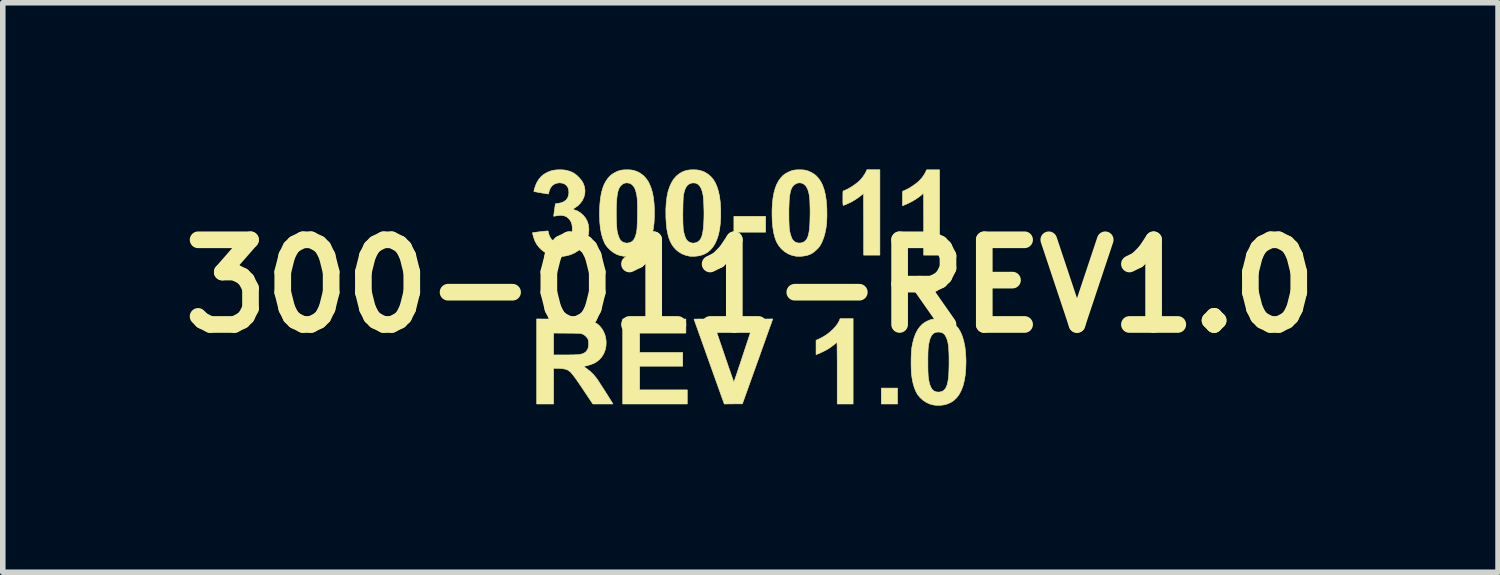
<source format=kicad_pcb>
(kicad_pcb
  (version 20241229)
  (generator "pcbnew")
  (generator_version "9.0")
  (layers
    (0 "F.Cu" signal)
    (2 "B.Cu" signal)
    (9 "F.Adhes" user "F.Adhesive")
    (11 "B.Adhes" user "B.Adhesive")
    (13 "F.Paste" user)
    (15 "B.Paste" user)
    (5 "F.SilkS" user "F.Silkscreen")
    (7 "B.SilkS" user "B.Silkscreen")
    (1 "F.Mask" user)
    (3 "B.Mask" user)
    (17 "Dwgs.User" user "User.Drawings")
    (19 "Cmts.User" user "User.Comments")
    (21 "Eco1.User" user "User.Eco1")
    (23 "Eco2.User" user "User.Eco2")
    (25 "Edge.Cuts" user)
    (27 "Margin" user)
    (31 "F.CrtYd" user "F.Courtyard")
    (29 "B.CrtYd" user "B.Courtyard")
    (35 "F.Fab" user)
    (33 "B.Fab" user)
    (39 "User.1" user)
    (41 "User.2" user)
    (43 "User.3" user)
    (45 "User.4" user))
  (footprint "300-011-REV1.0"
    (layer "F.Cu")
    (at 10.458 2.101)
    (property "Reference" "300-011-REV1.0" (at 0 0 0) (layer "F.SilkS") (effects (font (size 1.524 1.524) (thickness 0.3))))
    (attr through_hole)
    (fp_poly (pts (xy 0.273 -0.972) (xy -0.298 -0.972) (xy -0.298 -1.257) (xy 0.273 -1.257) (xy 0.273 -0.972)) (stroke (width 0.01) (type solid)) (fill yes) (layer "F.SilkS"))
    (fp_poly (pts (xy 2.648 2.121) (xy 2.356 2.121) (xy 2.356 1.835) (xy 2.648 1.835) (xy 2.648 2.121)) (stroke (width 0.01) (type solid)) (fill yes) (layer "F.SilkS"))
    (fp_poly (pts (xy -1.162 0.845) (xy -1.994 0.845) (xy -1.994 1.194) (xy -1.219 1.194) (xy -1.219 1.441) (xy -1.994 1.441) (xy -1.994 1.867) (xy -1.137 1.867) (xy -1.137 2.121) (xy -2.299 2.121) (xy -2.299 0.591) (xy -1.162 0.591) (xy -1.162 0.845)) (stroke (width 0.01) (type solid)) (fill yes) (layer "F.SilkS"))
    (fp_poly (pts (xy 1.848 2.121) (xy 1.562 2.121) (xy 1.562 1.565) (xy 1.562 1.482) (xy 1.562 1.403) (xy 1.562 1.329) (xy 1.561 1.26) (xy 1.561 1.198) (xy 1.56 1.143) (xy 1.56 1.096) (xy 1.559 1.058) (xy 1.558 1.031) (xy 1.557 1.014) (xy 1.557 1.01) (xy 1.549 1.014) (xy 1.539 1.023) (xy 1.527 1.035) (xy 1.507 1.051) (xy 1.482 1.071) (xy 1.455 1.091) (xy 1.428 1.11) (xy 1.404 1.126) (xy 1.4 1.129) (xy 1.368 1.147) (xy 1.328 1.168) (xy 1.285 1.189) (xy 1.245 1.207) (xy 1.221 1.217) (xy 1.181 1.232) (xy 1.181 0.974) (xy 1.236 0.95) (xy 1.303 0.915) (xy 1.367 0.875) (xy 1.428 0.829) (xy 1.483 0.779) (xy 1.531 0.727) (xy 1.57 0.675) (xy 1.598 0.624) (xy 1.601 0.616) (xy 1.615 0.584) (xy 1.848 0.584) (xy 1.848 2.121)) (stroke (width 0.01) (type solid)) (fill yes) (layer "F.SilkS"))
    (fp_poly (pts (xy 2.33 -2.095) (xy 2.33 -0.559) (xy 2.038 -0.559) (xy 2.037 -1.114) (xy 2.035 -1.669) (xy 1.997 -1.637) (xy 1.948 -1.599) (xy 1.892 -1.561) (xy 1.837 -1.527) (xy 1.829 -1.523) (xy 1.807 -1.511) (xy 1.78 -1.499) (xy 1.752 -1.486) (xy 1.724 -1.473) (xy 1.699 -1.463) (xy 1.68 -1.457) (xy 1.67 -1.454) (xy 1.668 -1.46) (xy 1.666 -1.479) (xy 1.664 -1.51) (xy 1.664 -1.554) (xy 1.664 -1.584) (xy 1.664 -1.629) (xy 1.664 -1.662) (xy 1.665 -1.686) (xy 1.666 -1.701) (xy 1.668 -1.71) (xy 1.671 -1.714) (xy 1.673 -1.715) (xy 1.682 -1.717) (xy 1.7 -1.725) (xy 1.724 -1.736) (xy 1.751 -1.749) (xy 1.794 -1.773) (xy 1.84 -1.802) (xy 1.886 -1.834) (xy 1.929 -1.867) (xy 1.963 -1.896) (xy 1.964 -1.898) (xy 1.996 -1.932) (xy 2.028 -1.973) (xy 2.057 -2.017) (xy 2.075 -2.049) (xy 2.097 -2.096) (xy 2.214 -2.096) (xy 2.33 -2.095)) (stroke (width 0.01) (type solid)) (fill yes) (layer "F.SilkS"))
    (fp_poly (pts (xy 3.404 -0.559) (xy 3.118 -0.559) (xy 3.118 -1.114) (xy 3.118 -1.197) (xy 3.118 -1.276) (xy 3.117 -1.351) (xy 3.117 -1.42) (xy 3.117 -1.482) (xy 3.116 -1.537) (xy 3.116 -1.584) (xy 3.116 -1.621) (xy 3.115 -1.649) (xy 3.115 -1.665) (xy 3.114 -1.67) (xy 3.108 -1.666) (xy 3.095 -1.656) (xy 3.078 -1.641) (xy 3.078 -1.641) (xy 3.035 -1.607) (xy 2.984 -1.571) (xy 2.926 -1.536) (xy 2.865 -1.503) (xy 2.804 -1.475) (xy 2.764 -1.458) (xy 2.737 -1.448) (xy 2.737 -1.578) (xy 2.737 -1.622) (xy 2.737 -1.655) (xy 2.738 -1.679) (xy 2.739 -1.695) (xy 2.741 -1.705) (xy 2.744 -1.71) (xy 2.748 -1.712) (xy 2.748 -1.712) (xy 2.782 -1.726) (xy 2.822 -1.746) (xy 2.865 -1.769) (xy 2.905 -1.794) (xy 2.914 -1.8) (xy 2.984 -1.85) (xy 3.043 -1.901) (xy 3.09 -1.954) (xy 3.128 -2.008) (xy 3.145 -2.039) (xy 3.172 -2.095) (xy 3.288 -2.095) (xy 3.404 -2.095) (xy 3.404 -0.559)) (stroke (width 0.01) (type solid)) (fill yes) (layer "F.SilkS"))
    (fp_poly (pts (xy 0.396 0.605) (xy 0.394 0.612) (xy 0.387 0.631) (xy 0.377 0.661) (xy 0.363 0.7) (xy 0.345 0.748) (xy 0.325 0.805) (xy 0.302 0.869) (xy 0.277 0.939) (xy 0.25 1.016) (xy 0.22 1.099) (xy 0.189 1.186) (xy 0.157 1.276) (xy 0.124 1.368) (xy -0.145 2.118) (xy -0.307 2.119) (xy -0.47 2.121) (xy -0.477 2.104) (xy -0.481 2.093) (xy -0.488 2.072) (xy -0.499 2.042) (xy -0.514 2.002) (xy -0.531 1.954) (xy -0.551 1.898) (xy -0.573 1.836) (xy -0.597 1.769) (xy -0.623 1.697) (xy -0.65 1.621) (xy -0.678 1.543) (xy -0.707 1.462) (xy -0.736 1.38) (xy -0.766 1.297) (xy -0.795 1.216) (xy -0.823 1.135) (xy -0.851 1.057) (xy -0.878 0.982) (xy -0.903 0.911) (xy -0.927 0.845) (xy -0.948 0.785) (xy -0.967 0.732) (xy -0.984 0.685) (xy -0.997 0.648) (xy -1.007 0.619) (xy -1.014 0.601) (xy -1.016 0.594) (xy -1.016 0.594) (xy -1.01 0.593) (xy -0.993 0.592) (xy -0.966 0.592) (xy -0.932 0.591) (xy -0.892 0.591) (xy -0.852 0.591) (xy -0.689 0.591) (xy -0.495 1.159) (xy -0.467 1.24) (xy -0.441 1.318) (xy -0.415 1.392) (xy -0.392 1.461) (xy -0.37 1.523) (xy -0.351 1.579) (xy -0.334 1.627) (xy -0.32 1.667) (xy -0.31 1.697) (xy -0.302 1.717) (xy -0.299 1.727) (xy -0.298 1.727) (xy -0.296 1.721) (xy -0.29 1.704) (xy -0.28 1.677) (xy -0.268 1.64) (xy -0.252 1.594) (xy -0.234 1.54) (xy -0.214 1.479) (xy -0.191 1.412) (xy -0.167 1.34) (xy -0.142 1.263) (xy -0.115 1.182) (xy -0.108 1.16) (xy 0.08 0.594) (xy 0.401 0.59) (xy 0.396 0.605)) (stroke (width 0.01) (type solid)) (fill yes) (layer "F.SilkS"))
    (fp_poly (pts (xy -0.966 -2.093) (xy -0.911 -2.084) (xy -0.861 -2.068) (xy -0.822 -2.052) (xy -0.765 -2.017) (xy -0.714 -1.974) (xy -0.67 -1.922) (xy -0.632 -1.86) (xy -0.601 -1.788) (xy -0.576 -1.707) (xy -0.556 -1.615) (xy -0.543 -1.512) (xy -0.536 -1.398) (xy -0.535 -1.374) (xy -0.535 -1.247) (xy -0.542 -1.131) (xy -0.555 -1.024) (xy -0.575 -0.928) (xy -0.603 -0.843) (xy -0.636 -0.768) (xy -0.677 -0.703) (xy -0.724 -0.649) (xy -0.778 -0.605) (xy -0.838 -0.573) (xy -0.897 -0.553) (xy -0.938 -0.545) (xy -0.984 -0.539) (xy -1.03 -0.537) (xy -1.072 -0.537) (xy -1.092 -0.539) (xy -1.166 -0.556) (xy -1.235 -0.583) (xy -1.297 -0.622) (xy -1.337 -0.655) (xy -1.378 -0.699) (xy -1.414 -0.749) (xy -1.444 -0.806) (xy -1.469 -0.87) (xy -1.488 -0.942) (xy -1.504 -1.024) (xy -1.514 -1.115) (xy -1.521 -1.218) (xy -1.522 -1.251) (xy -1.522 -1.309) (xy -1.217 -1.309) (xy -1.217 -1.249) (xy -1.216 -1.191) (xy -1.215 -1.137) (xy -1.213 -1.089) (xy -1.211 -1.049) (xy -1.209 -1.019) (xy -1.208 -1.01) (xy -1.198 -0.963) (xy -1.186 -0.918) (xy -1.172 -0.877) (xy -1.156 -0.845) (xy -1.15 -0.835) (xy -1.126 -0.809) (xy -1.093 -0.789) (xy -1.055 -0.777) (xy -1.029 -0.775) (xy -0.997 -0.778) (xy -0.968 -0.788) (xy -0.958 -0.792) (xy -0.932 -0.809) (xy -0.91 -0.831) (xy -0.892 -0.859) (xy -0.876 -0.895) (xy -0.864 -0.939) (xy -0.854 -0.993) (xy -0.846 -1.056) (xy -0.841 -1.131) (xy -0.839 -1.172) (xy -0.837 -1.226) (xy -0.836 -1.285) (xy -0.836 -1.347) (xy -0.838 -1.41) (xy -0.84 -1.47) (xy -0.842 -1.527) (xy -0.846 -1.577) (xy -0.85 -1.619) (xy -0.854 -1.646) (xy -0.869 -1.71) (xy -0.889 -1.763) (xy -0.914 -1.804) (xy -0.944 -1.834) (xy -0.979 -1.853) (xy -1.019 -1.859) (xy -1.059 -1.856) (xy -1.095 -1.843) (xy -1.127 -1.822) (xy -1.153 -1.792) (xy -1.174 -1.752) (xy -1.191 -1.701) (xy -1.205 -1.64) (xy -1.208 -1.615) (xy -1.21 -1.581) (xy -1.212 -1.537) (xy -1.214 -1.486) (xy -1.215 -1.43) (xy -1.216 -1.37) (xy -1.217 -1.309) (xy -1.522 -1.309) (xy -1.523 -1.38) (xy -1.516 -1.498) (xy -1.503 -1.605) (xy -1.483 -1.702) (xy -1.455 -1.788) (xy -1.421 -1.864) (xy -1.38 -1.929) (xy -1.332 -1.984) (xy -1.277 -2.027) (xy -1.235 -2.052) (xy -1.185 -2.073) (xy -1.134 -2.087) (xy -1.077 -2.094) (xy -1.029 -2.095) (xy -0.966 -2.093)) (stroke (width 0.01) (type solid)) (fill yes) (layer "F.SilkS"))
    (fp_poly (pts (xy 3.424 0.588) (xy 3.467 0.592) (xy 3.503 0.597) (xy 3.512 0.599) (xy 3.575 0.623) (xy 3.636 0.657) (xy 3.69 0.7) (xy 3.735 0.749) (xy 3.746 0.764) (xy 3.783 0.829) (xy 3.815 0.904) (xy 3.84 0.99) (xy 3.86 1.085) (xy 3.872 1.19) (xy 3.879 1.305) (xy 3.88 1.365) (xy 3.876 1.489) (xy 3.866 1.602) (xy 3.849 1.704) (xy 3.826 1.795) (xy 3.795 1.876) (xy 3.758 1.946) (xy 3.714 2.006) (xy 3.663 2.055) (xy 3.605 2.094) (xy 3.54 2.122) (xy 3.481 2.137) (xy 3.436 2.143) (xy 3.385 2.145) (xy 3.335 2.144) (xy 3.298 2.139) (xy 3.232 2.122) (xy 3.168 2.094) (xy 3.109 2.055) (xy 3.056 2.008) (xy 3.011 1.954) (xy 3.005 1.944) (xy 2.975 1.889) (xy 2.949 1.824) (xy 2.927 1.748) (xy 2.91 1.663) (xy 2.901 1.6) (xy 2.897 1.563) (xy 2.895 1.517) (xy 2.893 1.463) (xy 2.892 1.405) (xy 2.892 1.348) (xy 3.194 1.348) (xy 3.194 1.406) (xy 3.194 1.464) (xy 3.195 1.517) (xy 3.197 1.564) (xy 3.199 1.603) (xy 3.2 1.623) (xy 3.211 1.699) (xy 3.225 1.762) (xy 3.245 1.814) (xy 3.268 1.854) (xy 3.296 1.881) (xy 3.31 1.89) (xy 3.351 1.904) (xy 3.395 1.907) (xy 3.439 1.898) (xy 3.448 1.894) (xy 3.474 1.881) (xy 3.496 1.861) (xy 3.515 1.835) (xy 3.531 1.802) (xy 3.545 1.761) (xy 3.555 1.712) (xy 3.564 1.653) (xy 3.57 1.585) (xy 3.573 1.505) (xy 3.575 1.414) (xy 3.575 1.362) (xy 3.575 1.278) (xy 3.573 1.206) (xy 3.57 1.144) (xy 3.566 1.09) (xy 3.56 1.044) (xy 3.552 1.004) (xy 3.543 0.968) (xy 3.531 0.936) (xy 3.52 0.911) (xy 3.497 0.873) (xy 3.468 0.847) (xy 3.433 0.832) (xy 3.391 0.826) (xy 3.384 0.826) (xy 3.344 0.829) (xy 3.31 0.841) (xy 3.282 0.862) (xy 3.258 0.892) (xy 3.238 0.932) (xy 3.222 0.983) (xy 3.209 1.045) (xy 3.2 1.114) (xy 3.198 1.145) (xy 3.196 1.186) (xy 3.195 1.235) (xy 3.194 1.29) (xy 3.194 1.348) (xy 2.892 1.348) (xy 2.892 1.345) (xy 2.893 1.286) (xy 2.895 1.23) (xy 2.898 1.18) (xy 2.901 1.137) (xy 2.904 1.111) (xy 2.923 1.012) (xy 2.947 0.924) (xy 2.977 0.847) (xy 3.013 0.78) (xy 3.056 0.723) (xy 3.104 0.676) (xy 3.16 0.639) (xy 3.222 0.611) (xy 3.258 0.599) (xy 3.291 0.593) (xy 3.332 0.589) (xy 3.378 0.587) (xy 3.424 0.588)) (stroke (width 0.01) (type solid)) (fill yes) (layer "F.SilkS"))
    (fp_poly (pts (xy -3.427 0.593) (xy -3.34 0.593) (xy -3.265 0.594) (xy -3.2 0.595) (xy -3.145 0.595) (xy -3.097 0.596) (xy -3.058 0.598) (xy -3.024 0.599) (xy -2.996 0.601) (xy -2.972 0.603) (xy -2.951 0.606) (xy -2.931 0.609) (xy -2.913 0.613) (xy -2.895 0.617) (xy -2.886 0.619) (xy -2.821 0.642) (xy -2.763 0.674) (xy -2.713 0.717) (xy -2.671 0.77) (xy -2.645 0.815) (xy -2.62 0.873) (xy -2.605 0.93) (xy -2.598 0.991) (xy -2.597 1.019) (xy -2.601 1.086) (xy -2.614 1.147) (xy -2.636 1.205) (xy -2.642 1.218) (xy -2.674 1.27) (xy -2.716 1.318) (xy -2.764 1.358) (xy -2.798 1.379) (xy -2.831 1.395) (xy -2.872 1.41) (xy -2.915 1.424) (xy -2.955 1.435) (xy -2.973 1.438) (xy -2.989 1.442) (xy -2.997 1.446) (xy -2.997 1.446) (xy -2.992 1.452) (xy -2.979 1.462) (xy -2.959 1.476) (xy -2.945 1.486) (xy -2.881 1.536) (xy -2.82 1.596) (xy -2.765 1.665) (xy -2.762 1.669) (xy -2.75 1.686) (xy -2.733 1.712) (xy -2.712 1.745) (xy -2.687 1.783) (xy -2.66 1.825) (xy -2.632 1.869) (xy -2.604 1.913) (xy -2.576 1.956) (xy -2.551 1.997) (xy -2.528 2.034) (xy -2.509 2.065) (xy -2.494 2.088) (xy -2.486 2.103) (xy -2.486 2.103) (xy -2.476 2.121) (xy -2.836 2.121) (xy -2.982 1.904) (xy -3.03 1.832) (xy -3.072 1.769) (xy -3.109 1.716) (xy -3.14 1.671) (xy -3.167 1.634) (xy -3.191 1.603) (xy -3.211 1.578) (xy -3.229 1.557) (xy -3.245 1.541) (xy -3.261 1.529) (xy -3.275 1.518) (xy -3.29 1.51) (xy -3.3 1.505) (xy -3.336 1.493) (xy -3.383 1.485) (xy -3.442 1.48) (xy -3.478 1.48) (xy -3.543 1.48) (xy -3.543 2.121) (xy -3.848 2.121) (xy -3.848 1.238) (xy -3.543 1.238) (xy -3.345 1.238) (xy -3.293 1.238) (xy -3.243 1.237) (xy -3.196 1.237) (xy -3.155 1.235) (xy -3.122 1.234) (xy -3.099 1.233) (xy -3.094 1.232) (xy -3.039 1.222) (xy -2.994 1.204) (xy -2.959 1.179) (xy -2.934 1.145) (xy -2.919 1.104) (xy -2.912 1.053) (xy -2.912 1.041) (xy -2.913 1.011) (xy -2.916 0.984) (xy -2.92 0.964) (xy -2.92 0.962) (xy -2.936 0.933) (xy -2.961 0.904) (xy -2.991 0.879) (xy -3.022 0.862) (xy -3.031 0.859) (xy -3.041 0.856) (xy -3.052 0.853) (xy -3.065 0.851) (xy -3.083 0.85) (xy -3.106 0.849) (xy -3.136 0.848) (xy -3.174 0.847) (xy -3.222 0.847) (xy -3.281 0.846) (xy -3.3 0.846) (xy -3.543 0.844) (xy -3.543 1.238) (xy -3.848 1.238) (xy -3.848 0.59) (xy -3.427 0.593)) (stroke (width 0.01) (type solid)) (fill yes) (layer "F.SilkS"))
    (fp_poly (pts (xy 0.908 -2.095) (xy 0.955 -2.092) (xy 0.994 -2.086) (xy 1.044 -2.071) (xy 1.096 -2.047) (xy 1.145 -2.018) (xy 1.179 -1.991) (xy 1.225 -1.942) (xy 1.265 -1.884) (xy 1.299 -1.816) (xy 1.326 -1.739) (xy 1.348 -1.651) (xy 1.363 -1.554) (xy 1.373 -1.445) (xy 1.376 -1.378) (xy 1.377 -1.258) (xy 1.372 -1.149) (xy 1.361 -1.049) (xy 1.343 -0.958) (xy 1.32 -0.876) (xy 1.29 -0.8) (xy 1.281 -0.781) (xy 1.264 -0.749) (xy 1.249 -0.723) (xy 1.232 -0.7) (xy 1.21 -0.676) (xy 1.194 -0.66) (xy 1.152 -0.622) (xy 1.112 -0.593) (xy 1.07 -0.571) (xy 1.024 -0.555) (xy 1.014 -0.553) (xy 0.969 -0.544) (xy 0.919 -0.538) (xy 0.868 -0.537) (xy 0.823 -0.539) (xy 0.814 -0.54) (xy 0.743 -0.556) (xy 0.677 -0.583) (xy 0.615 -0.621) (xy 0.56 -0.669) (xy 0.513 -0.725) (xy 0.475 -0.788) (xy 0.461 -0.817) (xy 0.437 -0.887) (xy 0.417 -0.968) (xy 0.403 -1.058) (xy 0.393 -1.158) (xy 0.389 -1.266) (xy 0.389 -1.313) (xy 0.692 -1.313) (xy 0.692 -1.247) (xy 0.693 -1.184) (xy 0.695 -1.126) (xy 0.697 -1.074) (xy 0.701 -1.03) (xy 0.704 -1.002) (xy 0.713 -0.961) (xy 0.724 -0.92) (xy 0.737 -0.882) (xy 0.751 -0.851) (xy 0.761 -0.835) (xy 0.787 -0.807) (xy 0.821 -0.787) (xy 0.86 -0.777) (xy 0.9 -0.776) (xy 0.94 -0.786) (xy 0.95 -0.79) (xy 0.975 -0.805) (xy 0.997 -0.825) (xy 1.015 -0.85) (xy 1.031 -0.883) (xy 1.044 -0.923) (xy 1.054 -0.971) (xy 1.062 -1.028) (xy 1.068 -1.095) (xy 1.071 -1.172) (xy 1.073 -1.261) (xy 1.074 -1.324) (xy 1.073 -1.406) (xy 1.071 -1.476) (xy 1.069 -1.537) (xy 1.065 -1.589) (xy 1.059 -1.634) (xy 1.052 -1.673) (xy 1.043 -1.707) (xy 1.032 -1.739) (xy 1.022 -1.763) (xy 0.997 -1.803) (xy 0.967 -1.833) (xy 0.932 -1.852) (xy 0.895 -1.86) (xy 0.856 -1.858) (xy 0.818 -1.844) (xy 0.783 -1.818) (xy 0.777 -1.813) (xy 0.757 -1.79) (xy 0.741 -1.763) (xy 0.728 -1.731) (xy 0.717 -1.691) (xy 0.708 -1.64) (xy 0.707 -1.638) (xy 0.703 -1.603) (xy 0.699 -1.557) (xy 0.696 -1.503) (xy 0.694 -1.443) (xy 0.692 -1.379) (xy 0.692 -1.313) (xy 0.389 -1.313) (xy 0.389 -1.372) (xy 0.395 -1.485) (xy 0.406 -1.587) (xy 0.423 -1.679) (xy 0.445 -1.76) (xy 0.473 -1.832) (xy 0.507 -1.896) (xy 0.547 -1.951) (xy 0.587 -1.993) (xy 0.624 -2.021) (xy 0.669 -2.047) (xy 0.717 -2.069) (xy 0.763 -2.084) (xy 0.772 -2.086) (xy 0.811 -2.092) (xy 0.858 -2.095) (xy 0.908 -2.095)) (stroke (width 0.01) (type solid)) (fill yes) (layer "F.SilkS"))
    (fp_poly (pts (xy -2.197 -2.095) (xy -2.15 -2.092) (xy -2.111 -2.086) (xy -2.047 -2.066) (xy -1.986 -2.035) (xy -1.93 -1.993) (xy -1.911 -1.975) (xy -1.87 -1.928) (xy -1.836 -1.876) (xy -1.808 -1.818) (xy -1.788 -1.765) (xy -1.771 -1.711) (xy -1.758 -1.657) (xy -1.748 -1.603) (xy -1.74 -1.545) (xy -1.734 -1.48) (xy -1.73 -1.406) (xy -1.729 -1.375) (xy -1.729 -1.251) (xy -1.735 -1.135) (xy -1.749 -1.029) (xy -1.769 -0.932) (xy -1.796 -0.845) (xy -1.829 -0.768) (xy -1.831 -0.766) (xy -1.859 -0.72) (xy -1.894 -0.676) (xy -1.935 -0.636) (xy -1.977 -0.603) (xy -2.013 -0.582) (xy -2.076 -0.558) (xy -2.144 -0.543) (xy -2.215 -0.536) (xy -2.283 -0.539) (xy -2.291 -0.54) (xy -2.358 -0.554) (xy -2.418 -0.577) (xy -2.475 -0.611) (xy -2.529 -0.655) (xy -2.543 -0.67) (xy -2.571 -0.698) (xy -2.591 -0.722) (xy -2.607 -0.745) (xy -2.622 -0.77) (xy -2.627 -0.781) (xy -2.658 -0.857) (xy -2.683 -0.944) (xy -2.701 -1.042) (xy -2.712 -1.151) (xy -2.717 -1.27) (xy -2.716 -1.363) (xy -2.415 -1.363) (xy -2.415 -1.307) (xy -2.414 -1.249) (xy -2.413 -1.192) (xy -2.411 -1.137) (xy -2.408 -1.088) (xy -2.405 -1.045) (xy -2.402 -1.011) (xy -2.4 -0.997) (xy -2.392 -0.956) (xy -2.38 -0.915) (xy -2.366 -0.877) (xy -2.351 -0.846) (xy -2.342 -0.832) (xy -2.316 -0.805) (xy -2.281 -0.786) (xy -2.241 -0.776) (xy -2.223 -0.775) (xy -2.18 -0.781) (xy -2.155 -0.79) (xy -2.125 -0.809) (xy -2.101 -0.835) (xy -2.081 -0.871) (xy -2.067 -0.908) (xy -2.06 -0.933) (xy -2.053 -0.959) (xy -2.048 -0.985) (xy -2.044 -1.015) (xy -2.041 -1.049) (xy -2.039 -1.089) (xy -2.037 -1.136) (xy -2.035 -1.193) (xy -2.034 -1.261) (xy -2.034 -1.27) (xy -2.033 -1.352) (xy -2.033 -1.423) (xy -2.034 -1.484) (xy -2.036 -1.537) (xy -2.039 -1.583) (xy -2.044 -1.623) (xy -2.051 -1.659) (xy -2.059 -1.693) (xy -2.068 -1.725) (xy -2.077 -1.749) (xy -2.095 -1.785) (xy -2.12 -1.816) (xy -2.149 -1.84) (xy -2.179 -1.853) (xy -2.222 -1.86) (xy -2.259 -1.856) (xy -2.293 -1.842) (xy -2.326 -1.815) (xy -2.328 -1.813) (xy -2.348 -1.79) (xy -2.364 -1.763) (xy -2.377 -1.731) (xy -2.388 -1.692) (xy -2.397 -1.646) (xy -2.404 -1.59) (xy -2.409 -1.524) (xy -2.413 -1.46) (xy -2.414 -1.414) (xy -2.415 -1.363) (xy -2.716 -1.363) (xy -2.716 -1.371) (xy -2.71 -1.483) (xy -2.699 -1.585) (xy -2.683 -1.677) (xy -2.661 -1.758) (xy -2.634 -1.83) (xy -2.6 -1.893) (xy -2.56 -1.948) (xy -2.521 -1.99) (xy -2.481 -2.021) (xy -2.433 -2.049) (xy -2.382 -2.072) (xy -2.334 -2.086) (xy -2.294 -2.092) (xy -2.247 -2.095) (xy -2.197 -2.095)) (stroke (width 0.01) (type solid)) (fill yes) (layer "F.SilkS"))
    (fp_poly (pts (xy -3.385 -2.094) (xy -3.335 -2.089) (xy -3.305 -2.083) (xy -3.248 -2.067) (xy -3.2 -2.046) (xy -3.156 -2.019) (xy -3.113 -1.983) (xy -3.096 -1.966) (xy -3.057 -1.923) (xy -3.027 -1.883) (xy -3.006 -1.842) (xy -2.99 -1.797) (xy -2.988 -1.788) (xy -2.978 -1.726) (xy -2.981 -1.666) (xy -2.996 -1.606) (xy -3.021 -1.55) (xy -3.057 -1.498) (xy -3.102 -1.451) (xy -3.155 -1.413) (xy -3.174 -1.401) (xy -3.188 -1.391) (xy -3.194 -1.384) (xy -3.194 -1.384) (xy -3.188 -1.38) (xy -3.174 -1.375) (xy -3.164 -1.372) (xy -3.112 -1.353) (xy -3.062 -1.322) (xy -3.014 -1.28) (xy -3.013 -1.28) (xy -2.97 -1.228) (xy -2.939 -1.172) (xy -2.918 -1.11) (xy -2.909 -1.041) (xy -2.908 -1.017) (xy -2.914 -0.943) (xy -2.932 -0.872) (xy -2.96 -0.806) (xy -2.998 -0.744) (xy -3.045 -0.689) (xy -3.1 -0.64) (xy -3.162 -0.6) (xy -3.231 -0.569) (xy -3.304 -0.548) (xy -3.35 -0.54) (xy -3.385 -0.536) (xy -3.414 -0.535) (xy -3.441 -0.535) (xy -3.471 -0.538) (xy -3.493 -0.54) (xy -3.572 -0.555) (xy -3.644 -0.58) (xy -3.709 -0.615) (xy -3.769 -0.662) (xy -3.799 -0.692) (xy -3.845 -0.751) (xy -3.881 -0.817) (xy -3.907 -0.891) (xy -3.917 -0.934) (xy -3.922 -0.963) (xy -3.786 -0.98) (xy -3.745 -0.985) (xy -3.709 -0.989) (xy -3.679 -0.991) (xy -3.657 -0.993) (xy -3.645 -0.993) (xy -3.644 -0.993) (xy -3.64 -0.985) (xy -3.639 -0.975) (xy -3.635 -0.955) (xy -3.627 -0.93) (xy -3.616 -0.901) (xy -3.602 -0.874) (xy -3.593 -0.859) (xy -3.576 -0.839) (xy -3.555 -0.82) (xy -3.541 -0.81) (xy -3.496 -0.787) (xy -3.449 -0.776) (xy -3.4 -0.776) (xy -3.354 -0.786) (xy -3.31 -0.808) (xy -3.273 -0.839) (xy -3.272 -0.84) (xy -3.244 -0.875) (xy -3.225 -0.912) (xy -3.213 -0.952) (xy -3.207 -1) (xy -3.206 -1.03) (xy -3.209 -1.083) (xy -3.217 -1.126) (xy -3.232 -1.163) (xy -3.255 -1.198) (xy -3.27 -1.215) (xy -3.306 -1.245) (xy -3.348 -1.265) (xy -3.396 -1.274) (xy -3.451 -1.273) (xy -3.486 -1.268) (xy -3.51 -1.263) (xy -3.529 -1.26) (xy -3.54 -1.259) (xy -3.541 -1.259) (xy -3.541 -1.266) (xy -3.539 -1.282) (xy -3.536 -1.307) (xy -3.532 -1.336) (xy -3.528 -1.368) (xy -3.523 -1.4) (xy -3.519 -1.43) (xy -3.515 -1.456) (xy -3.512 -1.474) (xy -3.511 -1.482) (xy -3.51 -1.483) (xy -3.504 -1.484) (xy -3.487 -1.487) (xy -3.465 -1.49) (xy -3.456 -1.491) (xy -3.4 -1.503) (xy -3.354 -1.524) (xy -3.318 -1.552) (xy -3.291 -1.588) (xy -3.275 -1.632) (xy -3.268 -1.684) (xy -3.268 -1.693) (xy -3.273 -1.742) (xy -3.289 -1.783) (xy -3.314 -1.816) (xy -3.347 -1.84) (xy -3.388 -1.855) (xy -3.436 -1.86) (xy -3.453 -1.859) (xy -3.501 -1.85) (xy -3.542 -1.83) (xy -3.577 -1.8) (xy -3.604 -1.76) (xy -3.623 -1.711) (xy -3.627 -1.695) (xy -3.631 -1.676) (xy -3.634 -1.663) (xy -3.635 -1.659) (xy -3.641 -1.66) (xy -3.658 -1.662) (xy -3.682 -1.666) (xy -3.713 -1.671) (xy -3.746 -1.676) (xy -3.781 -1.682) (xy -3.815 -1.688) (xy -3.846 -1.694) (xy -3.872 -1.699) (xy -3.889 -1.702) (xy -3.897 -1.704) (xy -3.897 -1.704) (xy -3.897 -1.712) (xy -3.894 -1.73) (xy -3.887 -1.754) (xy -3.878 -1.782) (xy -3.867 -1.813) (xy -3.855 -1.842) (xy -3.844 -1.866) (xy -3.809 -1.924) (xy -3.766 -1.975) (xy -3.713 -2.017) (xy -3.65 -2.052) (xy -3.585 -2.077) (xy -3.543 -2.086) (xy -3.493 -2.093) (xy -3.439 -2.095) (xy -3.385 -2.094)) (stroke (width 0.01) (type solid)) (fill yes) (layer "F.SilkS")))
  (gr_rect
    (start -3 -3)
    (end 23.915 7.251)
    (stroke (width 0.1) (type default))
    (fill no)
    (layer "Edge.Cuts")))
</source>
